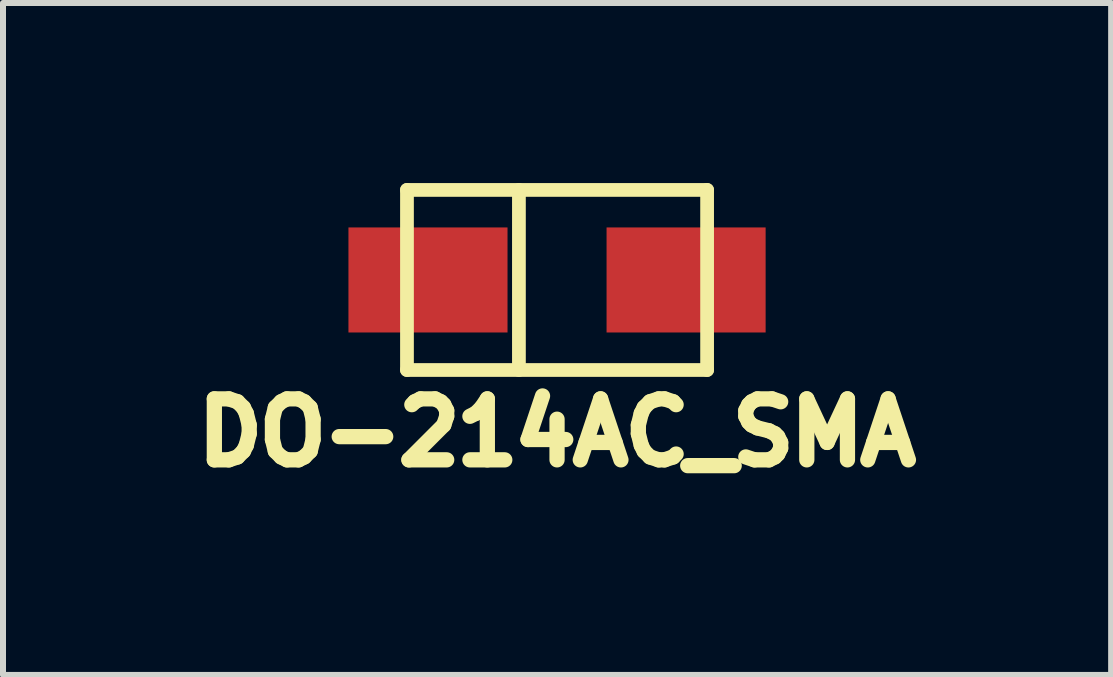
<source format=kicad_pcb>
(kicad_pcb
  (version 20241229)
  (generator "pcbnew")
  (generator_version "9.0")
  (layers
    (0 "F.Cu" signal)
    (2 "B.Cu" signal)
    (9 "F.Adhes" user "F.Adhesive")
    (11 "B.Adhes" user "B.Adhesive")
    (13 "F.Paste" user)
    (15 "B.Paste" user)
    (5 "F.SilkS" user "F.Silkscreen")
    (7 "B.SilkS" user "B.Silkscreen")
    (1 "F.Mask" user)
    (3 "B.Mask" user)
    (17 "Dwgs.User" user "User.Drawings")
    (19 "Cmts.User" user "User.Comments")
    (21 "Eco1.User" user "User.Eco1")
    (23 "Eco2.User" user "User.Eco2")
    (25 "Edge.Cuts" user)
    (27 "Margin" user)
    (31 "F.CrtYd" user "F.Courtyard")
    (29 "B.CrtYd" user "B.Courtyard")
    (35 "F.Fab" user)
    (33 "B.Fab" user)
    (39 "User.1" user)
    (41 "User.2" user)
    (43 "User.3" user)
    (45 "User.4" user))
  (footprint "DO-214AC_SMA"
    (layer "F.Cu")
    (at 6.23 1.614)
    (property "Reference" "DO-214AC_SMA" (at 0 2.54 0) (layer "F.SilkS") (effects (font (size 1.016 1.016) (thickness 0.254))))
    (attr through_hole)
    (fp_line (start -2.5 -1.5) (end 2.5 -1.5) (stroke (width 0.229) (type solid)) (layer "F.SilkS"))
    (fp_line (start -2.5 1.5) (end -2.5 -1.5) (stroke (width 0.229) (type solid)) (layer "F.SilkS"))
    (fp_line (start -0.635 -1.5) (end -0.635 1.5) (stroke (width 0.229) (type solid)) (layer "F.SilkS"))
    (fp_line (start 2.5 -1.5) (end 2.5 1.5) (stroke (width 0.229) (type solid)) (layer "F.SilkS"))
    (fp_line (start 2.5 1.5) (end -2.5 1.5) (stroke (width 0.229) (type solid)) (layer "F.SilkS"))
    (pad "1" smd rect (at -2.15 0) (size 2.65 1.75) (layers "F.Cu" "F.Mask" "F.Paste"))
    (pad "2" smd rect (at 2.15 0) (size 2.65 1.75) (layers "F.Cu" "F.Mask" "F.Paste")))
  (gr_rect
    (start -3 -3)
    (end 15.461 8.194)
    (stroke (width 0.1) (type default))
    (fill no)
    (layer "Edge.Cuts")))
</source>
